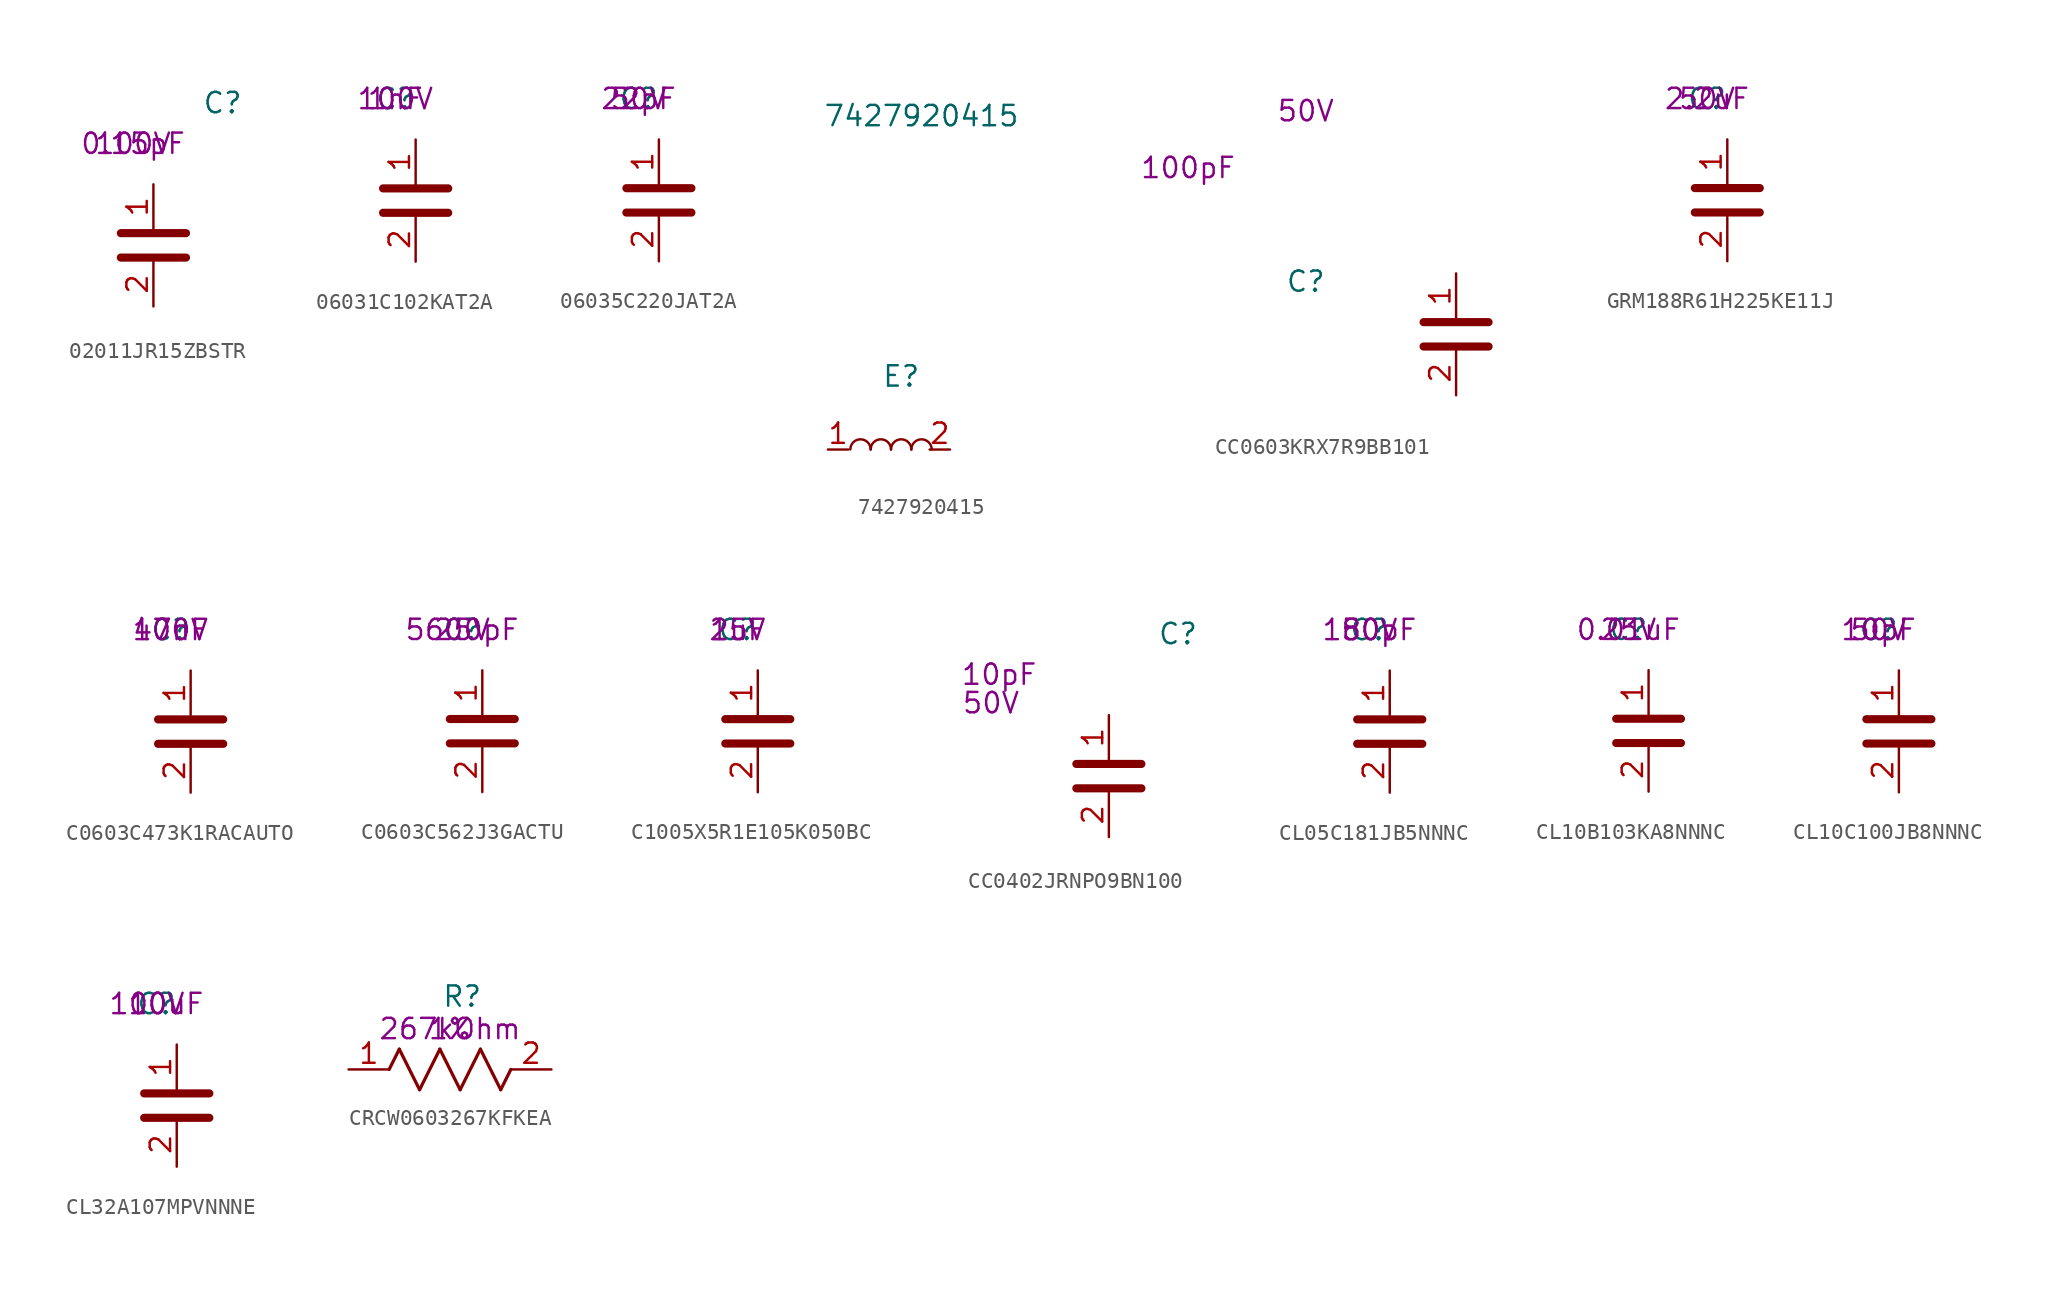
<source format=kicad_sym>
(kicad_symbol_lib
  (version 20241209)
  (generator "kicad_symbol_editor")
  (generator_version "9.0")
  (symbol "02011JR15ZBSTR"
    (property "Reference" "C"
      (at 5.588 2.54 0)
      (effects (font (size 1.27 1.27))))
    (property "C" "0.15pF"
      (at 0 0 0)
      (effects (font (size 1.27 1.27))))
    (property "V" "100V"
      (at 0 0 0)
      (effects (font (size 1.27 1.27))))
    (symbol "02011JR15ZBSTR_0_1"
      (polyline (pts (xy -0.762 -5.588) (xy 3.302 -5.588)) (stroke (width 0.508) (type default)) (fill (type none)))
      (polyline (pts (xy -0.762 -7.112) (xy 3.302 -7.112)) (stroke (width 0.508) (type default)) (fill (type none))))
    (symbol "02011JR15ZBSTR_1_1"
      (pin passive line (at 1.27 -2.54 270) (length 2.794) (name "~" (effects (font (size 1.27 1.27)))) (number "1" (effects (font (size 1.27 1.27)))))
      (pin passive line (at 1.27 -10.16 90) (length 2.794) (name "~" (effects (font (size 1.27 1.27)))) (number "2" (effects (font (size 1.27 1.27)))))))
  (symbol "06031C102KAT2A"
    (property "Reference" "C"
      (at 0 0 0)
      (effects (font (size 1.27 1.27))))
    (property "C" "1nF"
      (at 0 0 0)
      (effects (font (size 1.27 1.27))))
    (property "V" "100V"
      (at 0 0 0)
      (effects (font (size 1.27 1.27))))
    (symbol "06031C102KAT2A_0_1"
      (polyline (pts (xy -0.762 -5.588) (xy 3.302 -5.588)) (stroke (width 0.508) (type default)) (fill (type none)))
      (polyline (pts (xy -0.762 -7.112) (xy 3.302 -7.112)) (stroke (width 0.508) (type default)) (fill (type none))))
    (symbol "06031C102KAT2A_1_1"
      (pin passive line (at 1.27 -2.54 270) (length 2.794) (name "~" (effects (font (size 1.27 1.27)))) (number "1" (effects (font (size 1.27 1.27)))))
      (pin passive line (at 1.27 -10.16 90) (length 2.794) (name "~" (effects (font (size 1.27 1.27)))) (number "2" (effects (font (size 1.27 1.27)))))))
  (symbol "06035C220JAT2A"
    (property "Reference" "C"
      (at 0 0 0)
      (effects (font (size 1.27 1.27))))
    (property "C" "22pF"
      (at 0 0 0)
      (effects (font (size 1.27 1.27))))
    (property "V" "50V"
      (at 0 0 0)
      (effects (font (size 1.27 1.27))))
    (symbol "06035C220JAT2A_0_1"
      (polyline (pts (xy -0.762 -5.588) (xy 3.302 -5.588)) (stroke (width 0.508) (type default)) (fill (type none)))
      (polyline (pts (xy -0.762 -7.112) (xy 3.302 -7.112)) (stroke (width 0.508) (type default)) (fill (type none))))
    (symbol "06035C220JAT2A_1_1"
      (pin passive line (at 1.27 -2.54 270) (length 2.794) (name "~" (effects (font (size 1.27 1.27)))) (number "1" (effects (font (size 1.27 1.27)))))
      (pin passive line (at 1.27 -10.16 90) (length 2.794) (name "~" (effects (font (size 1.27 1.27)))) (number "2" (effects (font (size 1.27 1.27)))))))
  (symbol "7427920415"
    (property "Reference" "E"
      (at 0.762 2.032 0)
      (effects (font (size 1.27 1.27))))
    (property "Value" "7427920415"
      (at 2.032 18.288 0)
      (effects (font (size 1.27 1.27))))
    (symbol "7427920415_0_1"
      (arc (start -2.413 -2.5373) (mid -1.778 -1.905) (end -1.143 -2.5373) (stroke (width 0) (type default)) (fill (type none)))
      (arc (start -1.143 -2.5373) (mid -0.508 -1.905) (end 0.127 -2.5373) (stroke (width 0) (type default)) (fill (type none)))
      (arc (start 0.127 -2.5373) (mid 0.762 -1.905) (end 1.397 -2.5373) (stroke (width 0) (type default)) (fill (type none)))
      (arc (start 1.397 -2.5373) (mid 2.032 -1.905) (end 2.667 -2.5373) (stroke (width 0) (type default)) (fill (type none))))
    (symbol "7427920415_1_1"
      (pin passive line (at -3.81 -2.54 0) (length 1.27) (name "" (effects (font (size 1.27 1.27)))) (number "1" (effects (font (size 1.27 1.27)))))
      (pin passive line (at 3.81 -2.54 180) (length 1.27) (name "" (effects (font (size 1.27 1.27)))) (number "2" (effects (font (size 1.27 1.27)))))))
  (symbol " CC0603KRX7R9BB101"
    (property "Reference" "C"
      (at -8.128 -3.048 0)
      (effects (font (size 1.27 1.27))))
    (property "V" "50V"
      (at -8.128 7.62 0)
      (effects (font (size 1.27 1.27))))
    (property "C" "100pF"
      (at -15.494 4.064 0)
      (effects (font (size 1.27 1.27))))
    (symbol " CC0603KRX7R9BB101_0_1"
      (polyline (pts (xy -0.762 -5.588) (xy 3.302 -5.588)) (stroke (width 0.508) (type default)) (fill (type none)))
      (polyline (pts (xy -0.762 -7.112) (xy 3.302 -7.112)) (stroke (width 0.508) (type default)) (fill (type none))))
    (symbol " CC0603KRX7R9BB101_1_1"
      (pin passive line (at 1.27 -2.54 270) (length 2.794) (name "~" (effects (font (size 1.27 1.27)))) (number "1" (effects (font (size 1.27 1.27)))))
      (pin passive line (at 1.27 -10.16 90) (length 2.794) (name "~" (effects (font (size 1.27 1.27)))) (number "2" (effects (font (size 1.27 1.27)))))))
  (symbol " GRM188R61H225KE11J"
    (property "Reference" "C"
      (at 0 0 0)
      (effects (font (size 1.27 1.27))))
    (property "C" "2.2uF"
      (at 0 0 0)
      (effects (font (size 1.27 1.27))))
    (property "V" "50V"
      (at 0 0 0)
      (effects (font (size 1.27 1.27))))
    (symbol " GRM188R61H225KE11J_0_1"
      (polyline (pts (xy -0.762 -5.588) (xy 3.302 -5.588)) (stroke (width 0.508) (type default)) (fill (type none)))
      (polyline (pts (xy -0.762 -7.112) (xy 3.302 -7.112)) (stroke (width 0.508) (type default)) (fill (type none))))
    (symbol " GRM188R61H225KE11J_1_1"
      (pin passive line (at 1.27 -2.54 270) (length 2.794) (name "~" (effects (font (size 1.27 1.27)))) (number "1" (effects (font (size 1.27 1.27)))))
      (pin passive line (at 1.27 -10.16 90) (length 2.794) (name "~" (effects (font (size 1.27 1.27)))) (number "2" (effects (font (size 1.27 1.27)))))))
  (symbol "C0603C473K1RACAUTO"
    (property "Reference" "C"
      (at 0 0 0)
      (effects (font (size 1.27 1.27))))
    (property "C" "47nF"
      (at 0 0 0)
      (effects (font (size 1.27 1.27))))
    (property "V" "100V"
      (at 0 0 0)
      (effects (font (size 1.27 1.27))))
    (symbol "C0603C473K1RACAUTO_0_1"
      (polyline (pts (xy -0.762 -5.588) (xy 3.302 -5.588)) (stroke (width 0.508) (type default)) (fill (type none)))
      (polyline (pts (xy -0.762 -7.112) (xy 3.302 -7.112)) (stroke (width 0.508) (type default)) (fill (type none))))
    (symbol "C0603C473K1RACAUTO_1_1"
      (pin passive line (at 1.27 -2.54 270) (length 2.794) (name "~" (effects (font (size 1.27 1.27)))) (number "1" (effects (font (size 1.27 1.27)))))
      (pin passive line (at 1.27 -10.16 90) (length 2.794) (name "~" (effects (font (size 1.27 1.27)))) (number "2" (effects (font (size 1.27 1.27)))))))
  (symbol "C0603C562J3GACTU"
    (property "Reference" "C"
      (at 0 0 0)
      (effects (font (size 1.27 1.27))))
    (property "C" "5600pF"
      (at 0 0 0)
      (effects (font (size 1.27 1.27))))
    (property "V" "25V"
      (at 0 0 0)
      (effects (font (size 1.27 1.27))))
    (symbol "C0603C562J3GACTU_0_1"
      (polyline (pts (xy -0.762 -5.588) (xy 3.302 -5.588)) (stroke (width 0.508) (type default)) (fill (type none)))
      (polyline (pts (xy -0.762 -7.112) (xy 3.302 -7.112)) (stroke (width 0.508) (type default)) (fill (type none))))
    (symbol "C0603C562J3GACTU_1_1"
      (pin passive line (at 1.27 -2.54 270) (length 2.794) (name "~" (effects (font (size 1.27 1.27)))) (number "1" (effects (font (size 1.27 1.27)))))
      (pin passive line (at 1.27 -10.16 90) (length 2.794) (name "~" (effects (font (size 1.27 1.27)))) (number "2" (effects (font (size 1.27 1.27)))))))
  (symbol "C1005X5R1E105K050BC"
    (property "Reference" "C"
      (at 0 0 0)
      (effects (font (size 1.27 1.27))))
    (property "C" "1uF"
      (at 0 0 0)
      (effects (font (size 1.27 1.27))))
    (property "V" "25V"
      (at 0 0 0)
      (effects (font (size 1.27 1.27))))
    (symbol "C1005X5R1E105K050BC_0_1"
      (polyline (pts (xy -0.762 -5.588) (xy 3.302 -5.588)) (stroke (width 0.508) (type default)) (fill (type none)))
      (polyline (pts (xy -0.762 -7.112) (xy 3.302 -7.112)) (stroke (width 0.508) (type default)) (fill (type none))))
    (symbol "C1005X5R1E105K050BC_1_1"
      (pin passive line (at 1.27 -2.54 270) (length 2.794) (name "~" (effects (font (size 1.27 1.27)))) (number "1" (effects (font (size 1.27 1.27)))))
      (pin passive line (at 1.27 -10.16 90) (length 2.794) (name "~" (effects (font (size 1.27 1.27)))) (number "2" (effects (font (size 1.27 1.27)))))))
  (symbol "CC0402JRNPO9BN100"
    (property "Reference" "C"
      (at 5.588 2.54 0)
      (effects (font (size 1.27 1.27))))
    (property "C" "10pF"
      (at -5.588 0 0)
      (effects (font (size 1.27 1.27))))
    (property "V" "50V"
      (at -6.096 -1.778 0)
      (effects (font (size 1.27 1.27))))
    (symbol "CC0402JRNPO9BN100_0_1"
      (polyline (pts (xy -0.762 -5.588) (xy 3.302 -5.588)) (stroke (width 0.508) (type default)) (fill (type none)))
      (polyline (pts (xy -0.762 -7.112) (xy 3.302 -7.112)) (stroke (width 0.508) (type default)) (fill (type none))))
    (symbol "CC0402JRNPO9BN100_1_1"
      (pin passive line (at 1.27 -2.54 270) (length 2.794) (name "~" (effects (font (size 1.27 1.27)))) (number "1" (effects (font (size 1.27 1.27)))))
      (pin passive line (at 1.27 -10.16 90) (length 2.794) (name "~" (effects (font (size 1.27 1.27)))) (number "2" (effects (font (size 1.27 1.27)))))))
  (symbol "CL05C181JB5NNNC"
    (property "Reference" "C"
      (at 0 0 0)
      (effects (font (size 1.27 1.27))))
    (property "C" "180pF"
      (at 0 0 0)
      (effects (font (size 1.27 1.27))))
    (property "V" "50V"
      (at 0 0 0)
      (effects (font (size 1.27 1.27))))
    (symbol "CL05C181JB5NNNC_0_1"
      (polyline (pts (xy -0.762 -5.588) (xy 3.302 -5.588)) (stroke (width 0.508) (type default)) (fill (type none)))
      (polyline (pts (xy -0.762 -7.112) (xy 3.302 -7.112)) (stroke (width 0.508) (type default)) (fill (type none))))
    (symbol "CL05C181JB5NNNC_1_1"
      (pin passive line (at 1.27 -2.54 270) (length 2.794) (name "~" (effects (font (size 1.27 1.27)))) (number "1" (effects (font (size 1.27 1.27)))))
      (pin passive line (at 1.27 -10.16 90) (length 2.794) (name "~" (effects (font (size 1.27 1.27)))) (number "2" (effects (font (size 1.27 1.27)))))))
  (symbol "CL10B103KA8NNNC"
    (property "Reference" "C"
      (at 0 0 0)
      (effects (font (size 1.27 1.27))))
    (property "C" "0.01uF"
      (at 0 0 0)
      (effects (font (size 1.27 1.27))))
    (property "V" "25V"
      (at 0 0 0)
      (effects (font (size 1.27 1.27))))
    (symbol "CL10B103KA8NNNC_0_1"
      (polyline (pts (xy -0.762 -5.588) (xy 3.302 -5.588)) (stroke (width 0.508) (type default)) (fill (type none)))
      (polyline (pts (xy -0.762 -7.112) (xy 3.302 -7.112)) (stroke (width 0.508) (type default)) (fill (type none))))
    (symbol "CL10B103KA8NNNC_1_1"
      (pin passive line (at 1.27 -2.54 270) (length 2.794) (name "~" (effects (font (size 1.27 1.27)))) (number "1" (effects (font (size 1.27 1.27)))))
      (pin passive line (at 1.27 -10.16 90) (length 2.794) (name "~" (effects (font (size 1.27 1.27)))) (number "2" (effects (font (size 1.27 1.27)))))))
  (symbol "CL10C100JB8NNNC"
    (property "Reference" "C"
      (at 0 0 0)
      (effects (font (size 1.27 1.27))))
    (property "C" "10pF"
      (at 0 0 0)
      (effects (font (size 1.27 1.27))))
    (property "V" "50V"
      (at 0 0 0)
      (effects (font (size 1.27 1.27))))
    (symbol "CL10C100JB8NNNC_0_1"
      (polyline (pts (xy -0.762 -5.588) (xy 3.302 -5.588)) (stroke (width 0.508) (type default)) (fill (type none)))
      (polyline (pts (xy -0.762 -7.112) (xy 3.302 -7.112)) (stroke (width 0.508) (type default)) (fill (type none))))
    (symbol "CL10C100JB8NNNC_1_1"
      (pin passive line (at 1.27 -2.54 270) (length 2.794) (name "~" (effects (font (size 1.27 1.27)))) (number "1" (effects (font (size 1.27 1.27)))))
      (pin passive line (at 1.27 -10.16 90) (length 2.794) (name "~" (effects (font (size 1.27 1.27)))) (number "2" (effects (font (size 1.27 1.27)))))))
  (symbol "CL32A107MPVNNNE"
    (property "Reference" "C"
      (at 0 0 0)
      (effects (font (size 1.27 1.27))))
    (property "C" "100uF"
      (at 0 0 0)
      (effects (font (size 1.27 1.27))))
    (property "V" "10V"
      (at 0 0 0)
      (effects (font (size 1.27 1.27))))
    (symbol "CL32A107MPVNNNE_0_1"
      (polyline (pts (xy -0.762 -5.588) (xy 3.302 -5.588)) (stroke (width 0.508) (type default)) (fill (type none)))
      (polyline (pts (xy -0.762 -7.112) (xy 3.302 -7.112)) (stroke (width 0.508) (type default)) (fill (type none))))
    (symbol "CL32A107MPVNNNE_1_1"
      (pin passive line (at 1.27 -2.54 270) (length 2.794) (name "~" (effects (font (size 1.27 1.27)))) (number "1" (effects (font (size 1.27 1.27)))))
      (pin passive line (at 1.27 -10.16 90) (length 2.794) (name "~" (effects (font (size 1.27 1.27)))) (number "2" (effects (font (size 1.27 1.27)))))))
  (symbol "CRCW0603267KFKEA"
    (property "Reference" "R"
      (at 0.762 2.032 0)
      (effects (font (size 1.27 1.27))))
    (property "Acc" "1%"
      (at 0 0 0)
      (effects (font (size 1.27 1.27))))
    (property "R" "267kOhm"
      (at 0 0 0)
      (effects (font (size 1.27 1.27))))
    (symbol "CRCW0603267KFKEA_1_1"
      (polyline (pts (xy -3.81 -2.54) (xy -3.175 -1.27)) (stroke (width 0.203) (type default)) (fill (type none)))
      (polyline (pts (xy -3.175 -1.27) (xy -1.905 -3.81)) (stroke (width 0.203) (type default)) (fill (type none)))
      (polyline (pts (xy -1.905 -3.81) (xy -0.635 -1.27)) (stroke (width 0.203) (type default)) (fill (type none)))
      (polyline (pts (xy -0.635 -1.27) (xy 0.635 -3.81)) (stroke (width 0.203) (type default)) (fill (type none)))
      (polyline (pts (xy 0.635 -3.81) (xy 1.905 -1.27)) (stroke (width 0.203) (type default)) (fill (type none)))
      (polyline (pts (xy 1.905 -1.27) (xy 3.175 -3.81)) (stroke (width 0.203) (type default)) (fill (type none)))
      (polyline (pts (xy 3.175 -3.81) (xy 3.81 -2.54)) (stroke (width 0.203) (type default)) (fill (type none)))
      (pin unspecified line (at -6.35 -2.54 0) (length 2.54) (name "" (effects (font (size 1.27 1.27)))) (number "1" (effects (font (size 1.27 1.27)))))
      (pin unspecified line (at 6.35 -2.54 180) (length 2.54) (name "" (effects (font (size 1.27 1.27)))) (number "2" (effects (font (size 1.27 1.27))))))))
</source>
